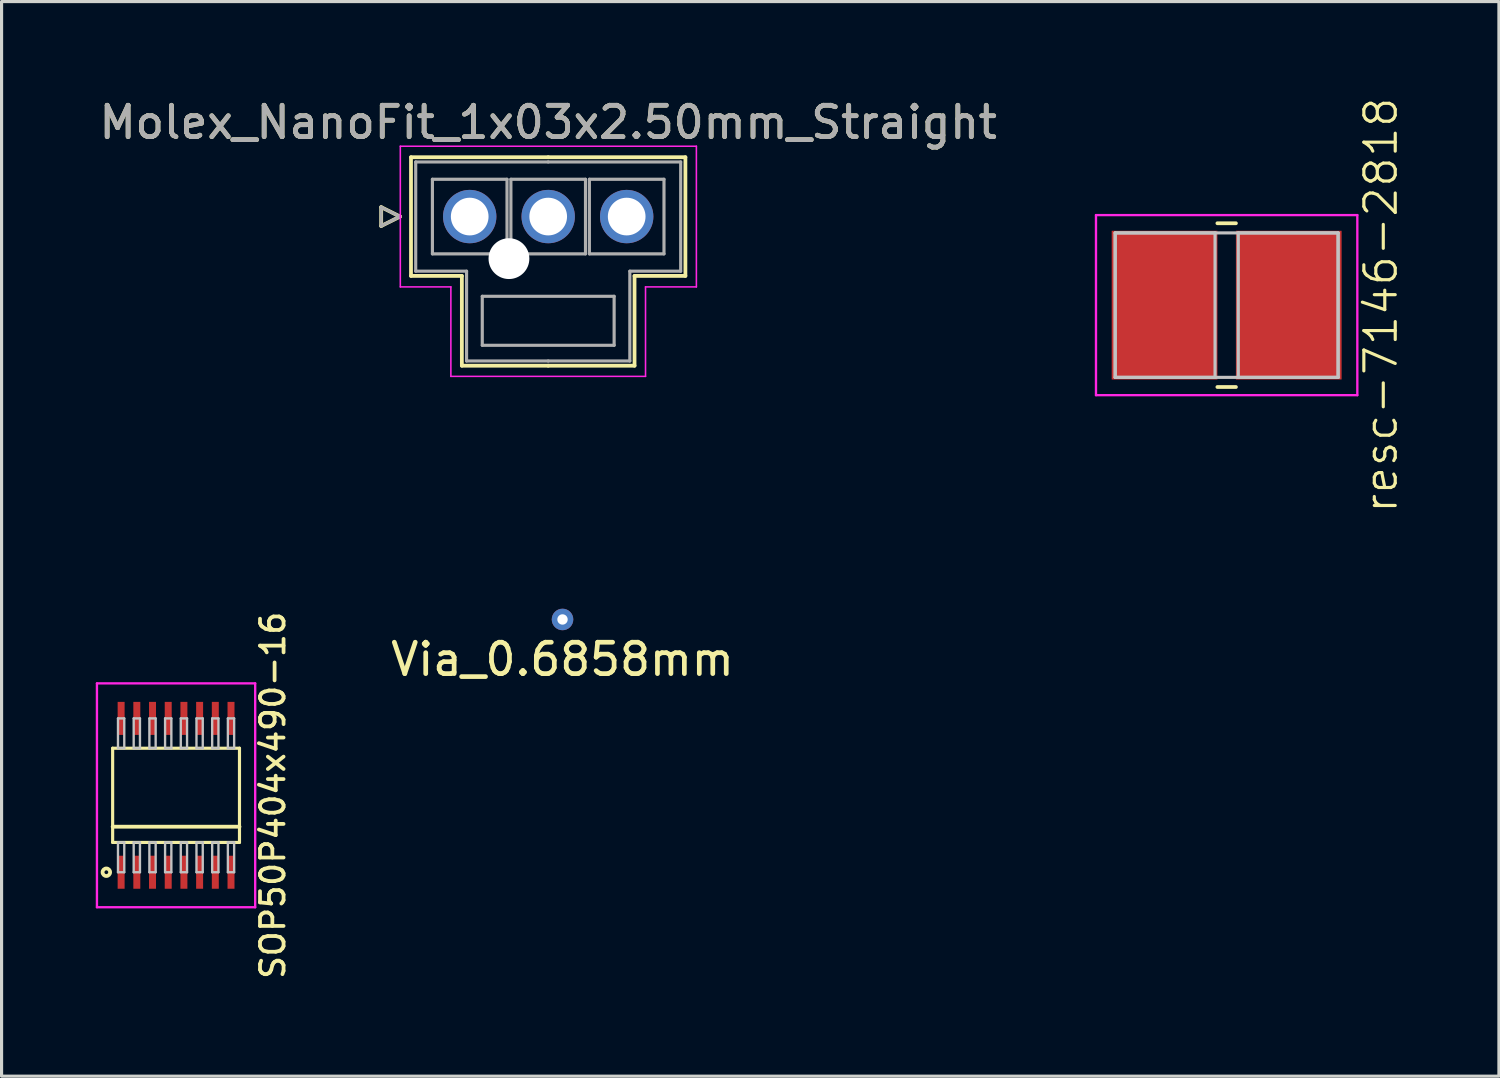
<source format=kicad_pcb>
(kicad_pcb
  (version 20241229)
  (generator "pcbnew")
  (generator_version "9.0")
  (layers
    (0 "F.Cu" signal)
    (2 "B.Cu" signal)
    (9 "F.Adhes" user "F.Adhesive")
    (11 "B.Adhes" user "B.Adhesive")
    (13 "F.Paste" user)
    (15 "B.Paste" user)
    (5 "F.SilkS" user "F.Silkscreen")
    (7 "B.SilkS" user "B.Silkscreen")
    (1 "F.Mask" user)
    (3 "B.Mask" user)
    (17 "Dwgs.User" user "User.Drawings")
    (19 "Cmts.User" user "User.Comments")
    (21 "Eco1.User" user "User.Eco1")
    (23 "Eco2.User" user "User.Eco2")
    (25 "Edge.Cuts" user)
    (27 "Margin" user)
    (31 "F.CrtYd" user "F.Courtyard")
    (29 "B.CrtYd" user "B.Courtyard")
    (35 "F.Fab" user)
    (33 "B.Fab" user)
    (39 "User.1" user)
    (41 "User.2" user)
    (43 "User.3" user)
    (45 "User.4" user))
  (footprint "Molex_NanoFit_1x03x2.50mm_Straight"
    (layer "F.Cu")
    (at 11.911 3.848)
    (property "Reference" "Molex_NanoFit_1x03x2.50mm_Straight" (at 2.5 -3 0) (layer "F.SilkS") (effects (font (size 1 1) (thickness 0.15))))
    (attr through_hole)
    (fp_line (start -2.82 -0.3) (end -2.22 0) (stroke (width 0.12) (type solid)) (layer "F.SilkS"))
    (fp_line (start -2.82 0.3) (end -2.82 -0.3) (stroke (width 0.12) (type solid)) (layer "F.SilkS"))
    (fp_line (start -2.22 0) (end -2.82 0.3) (stroke (width 0.12) (type solid)) (layer "F.SilkS"))
    (fp_line (start -1.87 -1.89) (end -1.87 1.89) (stroke (width 0.12) (type solid)) (layer "F.SilkS"))
    (fp_line (start -1.87 1.89) (end -0.25 1.89) (stroke (width 0.12) (type solid)) (layer "F.SilkS"))
    (fp_line (start -0.25 1.89) (end -0.25 4.75) (stroke (width 0.12) (type solid)) (layer "F.SilkS"))
    (fp_line (start -0.25 4.75) (end 2.5 4.75) (stroke (width 0.12) (type solid)) (layer "F.SilkS"))
    (fp_line (start 2.5 -1.89) (end -1.87 -1.89) (stroke (width 0.12) (type solid)) (layer "F.SilkS"))
    (fp_line (start 2.5 -1.89) (end 6.87 -1.89) (stroke (width 0.12) (type solid)) (layer "F.SilkS"))
    (fp_line (start 5.25 1.89) (end 5.25 4.75) (stroke (width 0.12) (type solid)) (layer "F.SilkS"))
    (fp_line (start 5.25 4.75) (end 2.5 4.75) (stroke (width 0.12) (type solid)) (layer "F.SilkS"))
    (fp_line (start 6.87 -1.89) (end 6.87 1.89) (stroke (width 0.12) (type solid)) (layer "F.SilkS"))
    (fp_line (start 6.87 1.89) (end 5.25 1.89) (stroke (width 0.12) (type solid)) (layer "F.SilkS"))
    (fp_line (start -2.21 -2.24) (end -2.21 2.24) (stroke (width 0.05) (type solid)) (layer "F.CrtYd"))
    (fp_line (start -2.21 2.24) (end -0.6 2.24) (stroke (width 0.05) (type solid)) (layer "F.CrtYd"))
    (fp_line (start -0.6 2.24) (end -0.6 5.09) (stroke (width 0.05) (type solid)) (layer "F.CrtYd"))
    (fp_line (start -0.6 5.09) (end 5.6 5.09) (stroke (width 0.05) (type solid)) (layer "F.CrtYd"))
    (fp_line (start 5.6 2.24) (end 7.22 2.24) (stroke (width 0.05) (type solid)) (layer "F.CrtYd"))
    (fp_line (start 5.6 5.09) (end 5.6 2.24) (stroke (width 0.05) (type solid)) (layer "F.CrtYd"))
    (fp_line (start 7.22 -2.24) (end -2.21 -2.24) (stroke (width 0.05) (type solid)) (layer "F.CrtYd"))
    (fp_line (start 7.22 2.24) (end 7.22 -2.24) (stroke (width 0.05) (type solid)) (layer "F.CrtYd"))
    (fp_line (start -2.82 -0.3) (end -2.22 0) (stroke (width 0.1) (type solid)) (layer "F.Fab"))
    (fp_line (start -2.82 0.3) (end -2.82 -0.3) (stroke (width 0.1) (type solid)) (layer "F.Fab"))
    (fp_line (start -2.22 0) (end -2.82 0.3) (stroke (width 0.1) (type solid)) (layer "F.Fab"))
    (fp_line (start -1.72 -1.74) (end -1.72 1.74) (stroke (width 0.1) (type solid)) (layer "F.Fab"))
    (fp_line (start -1.72 1.74) (end -0.1 1.74) (stroke (width 0.1) (type solid)) (layer "F.Fab"))
    (fp_line (start -1.188 -1.188) (end -1.188 1.188) (stroke (width 0.1) (type solid)) (layer "F.Fab"))
    (fp_line (start -1.188 1.188) (end 1.188 1.188) (stroke (width 0.1) (type solid)) (layer "F.Fab"))
    (fp_line (start -0.1 1.74) (end -0.1 4.6) (stroke (width 0.1) (type solid)) (layer "F.Fab"))
    (fp_line (start -0.1 4.6) (end 2.5 4.6) (stroke (width 0.1) (type solid)) (layer "F.Fab"))
    (fp_line (start 0.4 2.54) (end 0.4 4.1) (stroke (width 0.1) (type solid)) (layer "F.Fab"))
    (fp_line (start 0.4 4.1) (end 4.6 4.1) (stroke (width 0.1) (type solid)) (layer "F.Fab"))
    (fp_line (start 1.188 -1.188) (end -1.188 -1.188) (stroke (width 0.1) (type solid)) (layer "F.Fab"))
    (fp_line (start 1.188 1.188) (end 1.188 -1.188) (stroke (width 0.1) (type solid)) (layer "F.Fab"))
    (fp_line (start 1.312 -1.188) (end 1.312 1.188) (stroke (width 0.1) (type solid)) (layer "F.Fab"))
    (fp_line (start 1.312 1.188) (end 3.688 1.188) (stroke (width 0.1) (type solid)) (layer "F.Fab"))
    (fp_line (start 2.5 -1.74) (end -1.72 -1.74) (stroke (width 0.1) (type solid)) (layer "F.Fab"))
    (fp_line (start 2.5 -1.74) (end 6.72 -1.74) (stroke (width 0.1) (type solid)) (layer "F.Fab"))
    (fp_line (start 3.688 -1.188) (end 1.312 -1.188) (stroke (width 0.1) (type solid)) (layer "F.Fab"))
    (fp_line (start 3.688 1.188) (end 3.688 -1.188) (stroke (width 0.1) (type solid)) (layer "F.Fab"))
    (fp_line (start 3.812 -1.188) (end 3.812 1.188) (stroke (width 0.1) (type solid)) (layer "F.Fab"))
    (fp_line (start 3.812 1.188) (end 6.188 1.188) (stroke (width 0.1) (type solid)) (layer "F.Fab"))
    (fp_line (start 4.6 2.54) (end 0.4 2.54) (stroke (width 0.1) (type solid)) (layer "F.Fab"))
    (fp_line (start 4.6 4.1) (end 4.6 2.54) (stroke (width 0.1) (type solid)) (layer "F.Fab"))
    (fp_line (start 5.1 1.74) (end 5.1 4.6) (stroke (width 0.1) (type solid)) (layer "F.Fab"))
    (fp_line (start 5.1 4.6) (end 2.5 4.6) (stroke (width 0.1) (type solid)) (layer "F.Fab"))
    (fp_line (start 6.188 -1.188) (end 3.812 -1.188) (stroke (width 0.1) (type solid)) (layer "F.Fab"))
    (fp_line (start 6.188 1.188) (end 6.188 -1.188) (stroke (width 0.1) (type solid)) (layer "F.Fab"))
    (fp_line (start 6.72 -1.74) (end 6.72 1.74) (stroke (width 0.1) (type solid)) (layer "F.Fab"))
    (fp_line (start 6.72 1.74) (end 5.1 1.74) (stroke (width 0.1) (type solid)) (layer "F.Fab"))
    (fp_text user "${REFERENCE}" (at 2.5 -3 0) (layer "F.Fab") (effects (font (size 1 1) (thickness 0.15))))
    (pad "" np_thru_hole circle (at 1.25 1.34) (size 1.3 1.3) (drill 1.3) (layers "*.Cu" "*.Mask"))
    (pad "1" thru_hole circle (at 0 0) (size 1.7 1.7) (drill 1.2) (layers "*.Cu" "*.Mask"))
    (pad "2" thru_hole circle (at 2.5 0) (size 1.7 1.7) (drill 1.2) (layers "*.Cu" "*.Mask"))
    (pad "3" thru_hole circle (at 5 0) (size 1.7 1.7) (drill 1.2) (layers "*.Cu" "*.Mask")))
  (footprint "SOP50P404x490-16"
    (layer "F.Cu")
    (at 2.558 22.282)
    (property "Reference" "SOP50P404x490-16" (at 3.083 0 90) (layer "F.SilkS") (effects (font (size 0.75 0.75) (thickness 0.12))))
    (attr through_hole)
    (fp_line (start -2.02 -1.5) (end -2.02 1.5) (stroke (width 0.1) (type solid)) (layer "F.SilkS"))
    (fp_line (start -2.02 1) (end 2.02 1) (stroke (width 0.12) (type solid)) (layer "F.SilkS"))
    (fp_line (start -2.02 1.5) (end 2.02 1.5) (stroke (width 0.1) (type solid)) (layer "F.SilkS"))
    (fp_line (start 2.02 -1.5) (end -2.02 -1.5) (stroke (width 0.1) (type solid)) (layer "F.SilkS"))
    (fp_line (start 2.02 1.5) (end 2.02 -1.5) (stroke (width 0.1) (type solid)) (layer "F.SilkS"))
    (fp_circle (center -2.221 2.45) (end -2.101 2.45) (stroke (width 0.12) (type solid)) (fill no) (layer "F.SilkS"))
    (fp_line (start -1.85 -2.45) (end -1.85 -1.5) (stroke (width 0.075) (type solid)) (layer "Dwgs.User"))
    (fp_line (start -1.85 -1.5) (end -1.65 -1.5) (stroke (width 0.075) (type solid)) (layer "Dwgs.User"))
    (fp_line (start -1.85 1.5) (end -1.65 1.5) (stroke (width 0.075) (type solid)) (layer "Dwgs.User"))
    (fp_line (start -1.85 2.45) (end -1.85 1.5) (stroke (width 0.075) (type solid)) (layer "Dwgs.User"))
    (fp_line (start -1.65 -2.45) (end -1.85 -2.45) (stroke (width 0.075) (type solid)) (layer "Dwgs.User"))
    (fp_line (start -1.65 -1.5) (end -1.65 -2.45) (stroke (width 0.075) (type solid)) (layer "Dwgs.User"))
    (fp_line (start -1.65 1.5) (end -1.65 2.45) (stroke (width 0.075) (type solid)) (layer "Dwgs.User"))
    (fp_line (start -1.65 2.45) (end -1.85 2.45) (stroke (width 0.075) (type solid)) (layer "Dwgs.User"))
    (fp_line (start -1.35 -2.45) (end -1.35 -1.5) (stroke (width 0.075) (type solid)) (layer "Dwgs.User"))
    (fp_line (start -1.35 -1.5) (end -1.15 -1.5) (stroke (width 0.075) (type solid)) (layer "Dwgs.User"))
    (fp_line (start -1.35 1.5) (end -1.15 1.5) (stroke (width 0.075) (type solid)) (layer "Dwgs.User"))
    (fp_line (start -1.35 2.45) (end -1.35 1.5) (stroke (width 0.075) (type solid)) (layer "Dwgs.User"))
    (fp_line (start -1.15 -2.45) (end -1.35 -2.45) (stroke (width 0.075) (type solid)) (layer "Dwgs.User"))
    (fp_line (start -1.15 -1.5) (end -1.15 -2.45) (stroke (width 0.075) (type solid)) (layer "Dwgs.User"))
    (fp_line (start -1.15 1.5) (end -1.15 2.45) (stroke (width 0.075) (type solid)) (layer "Dwgs.User"))
    (fp_line (start -1.15 2.45) (end -1.35 2.45) (stroke (width 0.075) (type solid)) (layer "Dwgs.User"))
    (fp_line (start -0.85 -2.45) (end -0.85 -1.5) (stroke (width 0.075) (type solid)) (layer "Dwgs.User"))
    (fp_line (start -0.85 -1.5) (end -0.65 -1.5) (stroke (width 0.075) (type solid)) (layer "Dwgs.User"))
    (fp_line (start -0.85 1.5) (end -0.65 1.5) (stroke (width 0.075) (type solid)) (layer "Dwgs.User"))
    (fp_line (start -0.85 2.45) (end -0.85 1.5) (stroke (width 0.075) (type solid)) (layer "Dwgs.User"))
    (fp_line (start -0.65 -2.45) (end -0.85 -2.45) (stroke (width 0.075) (type solid)) (layer "Dwgs.User"))
    (fp_line (start -0.65 -1.5) (end -0.65 -2.45) (stroke (width 0.075) (type solid)) (layer "Dwgs.User"))
    (fp_line (start -0.65 1.5) (end -0.65 2.45) (stroke (width 0.075) (type solid)) (layer "Dwgs.User"))
    (fp_line (start -0.65 2.45) (end -0.85 2.45) (stroke (width 0.075) (type solid)) (layer "Dwgs.User"))
    (fp_line (start -0.35 -2.45) (end -0.35 -1.5) (stroke (width 0.075) (type solid)) (layer "Dwgs.User"))
    (fp_line (start -0.35 -1.5) (end -0.15 -1.5) (stroke (width 0.075) (type solid)) (layer "Dwgs.User"))
    (fp_line (start -0.35 1.5) (end -0.15 1.5) (stroke (width 0.075) (type solid)) (layer "Dwgs.User"))
    (fp_line (start -0.35 2.45) (end -0.35 1.5) (stroke (width 0.075) (type solid)) (layer "Dwgs.User"))
    (fp_line (start -0.15 -2.45) (end -0.35 -2.45) (stroke (width 0.075) (type solid)) (layer "Dwgs.User"))
    (fp_line (start -0.15 -1.5) (end -0.15 -2.45) (stroke (width 0.075) (type solid)) (layer "Dwgs.User"))
    (fp_line (start -0.15 1.5) (end -0.15 2.45) (stroke (width 0.075) (type solid)) (layer "Dwgs.User"))
    (fp_line (start -0.15 2.45) (end -0.35 2.45) (stroke (width 0.075) (type solid)) (layer "Dwgs.User"))
    (fp_line (start 0.15 -2.45) (end 0.15 -1.5) (stroke (width 0.075) (type solid)) (layer "Dwgs.User"))
    (fp_line (start 0.15 -1.5) (end 0.35 -1.5) (stroke (width 0.075) (type solid)) (layer "Dwgs.User"))
    (fp_line (start 0.15 1.5) (end 0.35 1.5) (stroke (width 0.075) (type solid)) (layer "Dwgs.User"))
    (fp_line (start 0.15 2.45) (end 0.15 1.5) (stroke (width 0.075) (type solid)) (layer "Dwgs.User"))
    (fp_line (start 0.35 -2.45) (end 0.15 -2.45) (stroke (width 0.075) (type solid)) (layer "Dwgs.User"))
    (fp_line (start 0.35 -1.5) (end 0.35 -2.45) (stroke (width 0.075) (type solid)) (layer "Dwgs.User"))
    (fp_line (start 0.35 1.5) (end 0.35 2.45) (stroke (width 0.075) (type solid)) (layer "Dwgs.User"))
    (fp_line (start 0.35 2.45) (end 0.15 2.45) (stroke (width 0.075) (type solid)) (layer "Dwgs.User"))
    (fp_line (start 0.65 -2.45) (end 0.65 -1.5) (stroke (width 0.075) (type solid)) (layer "Dwgs.User"))
    (fp_line (start 0.65 -1.5) (end 0.85 -1.5) (stroke (width 0.075) (type solid)) (layer "Dwgs.User"))
    (fp_line (start 0.65 1.5) (end 0.85 1.5) (stroke (width 0.075) (type solid)) (layer "Dwgs.User"))
    (fp_line (start 0.65 2.45) (end 0.65 1.5) (stroke (width 0.075) (type solid)) (layer "Dwgs.User"))
    (fp_line (start 0.85 -2.45) (end 0.65 -2.45) (stroke (width 0.075) (type solid)) (layer "Dwgs.User"))
    (fp_line (start 0.85 -1.5) (end 0.85 -2.45) (stroke (width 0.075) (type solid)) (layer "Dwgs.User"))
    (fp_line (start 0.85 1.5) (end 0.85 2.45) (stroke (width 0.075) (type solid)) (layer "Dwgs.User"))
    (fp_line (start 0.85 2.45) (end 0.65 2.45) (stroke (width 0.075) (type solid)) (layer "Dwgs.User"))
    (fp_line (start 1.15 -2.45) (end 1.15 -1.5) (stroke (width 0.075) (type solid)) (layer "Dwgs.User"))
    (fp_line (start 1.15 -1.5) (end 1.35 -1.5) (stroke (width 0.075) (type solid)) (layer "Dwgs.User"))
    (fp_line (start 1.15 1.5) (end 1.35 1.5) (stroke (width 0.075) (type solid)) (layer "Dwgs.User"))
    (fp_line (start 1.15 2.45) (end 1.15 1.5) (stroke (width 0.075) (type solid)) (layer "Dwgs.User"))
    (fp_line (start 1.35 -2.45) (end 1.15 -2.45) (stroke (width 0.075) (type solid)) (layer "Dwgs.User"))
    (fp_line (start 1.35 -1.5) (end 1.35 -2.45) (stroke (width 0.075) (type solid)) (layer "Dwgs.User"))
    (fp_line (start 1.35 1.5) (end 1.35 2.45) (stroke (width 0.075) (type solid)) (layer "Dwgs.User"))
    (fp_line (start 1.35 2.45) (end 1.15 2.45) (stroke (width 0.075) (type solid)) (layer "Dwgs.User"))
    (fp_line (start 1.65 -2.45) (end 1.65 -1.5) (stroke (width 0.075) (type solid)) (layer "Dwgs.User"))
    (fp_line (start 1.65 -1.5) (end 1.85 -1.5) (stroke (width 0.075) (type solid)) (layer "Dwgs.User"))
    (fp_line (start 1.65 1.5) (end 1.85 1.5) (stroke (width 0.075) (type solid)) (layer "Dwgs.User"))
    (fp_line (start 1.65 2.45) (end 1.65 1.5) (stroke (width 0.075) (type solid)) (layer "Dwgs.User"))
    (fp_line (start 1.85 -2.45) (end 1.65 -2.45) (stroke (width 0.075) (type solid)) (layer "Dwgs.User"))
    (fp_line (start 1.85 -1.5) (end 1.85 -2.45) (stroke (width 0.075) (type solid)) (layer "Dwgs.User"))
    (fp_line (start 1.85 1.5) (end 1.85 2.45) (stroke (width 0.075) (type solid)) (layer "Dwgs.User"))
    (fp_line (start 1.85 2.45) (end 1.65 2.45) (stroke (width 0.075) (type solid)) (layer "Dwgs.User"))
    (fp_line (start -2.52 -3.565) (end -2.52 3.565) (stroke (width 0.075) (type solid)) (layer "F.CrtYd"))
    (fp_line (start -2.52 3.565) (end 2.52 3.565) (stroke (width 0.075) (type solid)) (layer "F.CrtYd"))
    (fp_line (start 2.52 -3.565) (end -2.52 -3.565) (stroke (width 0.075) (type solid)) (layer "F.CrtYd"))
    (fp_line (start 2.52 3.565) (end 2.52 -3.565) (stroke (width 0.075) (type solid)) (layer "F.CrtYd"))
    (pad "1" smd rect (at -1.75 2.45) (size 0.222 1.052) (layers "F.Cu" "F.Mask" "F.Paste"))
    (pad "2" smd rect (at -1.25 2.45) (size 0.222 1.052) (layers "F.Cu" "F.Mask" "F.Paste"))
    (pad "3" smd rect (at -0.75 2.45) (size 0.222 1.052) (layers "F.Cu" "F.Mask" "F.Paste"))
    (pad "4" smd rect (at -0.25 2.45) (size 0.222 1.052) (layers "F.Cu" "F.Mask" "F.Paste"))
    (pad "5" smd rect (at 0.25 2.45) (size 0.222 1.052) (layers "F.Cu" "F.Mask" "F.Paste"))
    (pad "6" smd rect (at 0.75 2.45) (size 0.222 1.052) (layers "F.Cu" "F.Mask" "F.Paste"))
    (pad "7" smd rect (at 1.25 2.45) (size 0.222 1.052) (layers "F.Cu" "F.Mask" "F.Paste"))
    (pad "8" smd rect (at 1.75 2.45) (size 0.222 1.052) (layers "F.Cu" "F.Mask" "F.Paste"))
    (pad "9" smd rect (at 1.75 -2.45) (size 0.222 1.052) (layers "F.Cu" "F.Mask" "F.Paste"))
    (pad "10" smd rect (at 1.25 -2.45) (size 0.222 1.052) (layers "F.Cu" "F.Mask" "F.Paste"))
    (pad "11" smd rect (at 0.75 -2.45) (size 0.222 1.052) (layers "F.Cu" "F.Mask" "F.Paste"))
    (pad "12" smd rect (at 0.25 -2.45) (size 0.222 1.052) (layers "F.Cu" "F.Mask" "F.Paste"))
    (pad "13" smd rect (at -0.25 -2.45) (size 0.222 1.052) (layers "F.Cu" "F.Mask" "F.Paste"))
    (pad "14" smd rect (at -0.75 -2.45) (size 0.222 1.052) (layers "F.Cu" "F.Mask" "F.Paste"))
    (pad "15" smd rect (at -1.25 -2.45) (size 0.222 1.052) (layers "F.Cu" "F.Mask" "F.Paste"))
    (pad "16" smd rect (at -1.75 -2.45) (size 0.222 1.052) (layers "F.Cu" "F.Mask" "F.Paste")))
  (footprint "resc-7146-2818"
    (layer "F.Cu")
    (at 36.021 6.669)
    (property "Reference" "resc-7146-2818" (at 4.912 0 90) (layer "F.SilkS") (effects (font (size 1 1) (thickness 0.1))))
    (attr through_hole)
    (fp_line (start -0.295 -2.608) (end 0.295 -2.608) (stroke (width 0.12) (type solid)) (layer "F.SilkS"))
    (fp_line (start -0.295 2.608) (end 0.295 2.608) (stroke (width 0.12) (type solid)) (layer "F.SilkS"))
    (fp_line (start -3.55 -2.3) (end -3.55 2.3) (stroke (width 0.1) (type solid)) (layer "Dwgs.User"))
    (fp_line (start -3.55 -2.3) (end -3.55 2.3) (stroke (width 0.1) (type solid)) (layer "Dwgs.User"))
    (fp_line (start -3.55 2.3) (end -0.37 2.3) (stroke (width 0.1) (type solid)) (layer "Dwgs.User"))
    (fp_line (start -3.55 2.3) (end 3.55 2.3) (stroke (width 0.1) (type solid)) (layer "Dwgs.User"))
    (fp_line (start -0.37 -2.3) (end -3.55 -2.3) (stroke (width 0.1) (type solid)) (layer "Dwgs.User"))
    (fp_line (start -0.37 2.3) (end -0.37 -2.3) (stroke (width 0.1) (type solid)) (layer "Dwgs.User"))
    (fp_line (start 0.37 -2.3) (end 0.37 2.3) (stroke (width 0.1) (type solid)) (layer "Dwgs.User"))
    (fp_line (start 0.37 2.3) (end 3.55 2.3) (stroke (width 0.1) (type solid)) (layer "Dwgs.User"))
    (fp_line (start 3.55 -2.3) (end -3.55 -2.3) (stroke (width 0.1) (type solid)) (layer "Dwgs.User"))
    (fp_line (start 3.55 -2.3) (end 0.37 -2.3) (stroke (width 0.1) (type solid)) (layer "Dwgs.User"))
    (fp_line (start 3.55 2.3) (end 3.55 -2.3) (stroke (width 0.1) (type solid)) (layer "Dwgs.User"))
    (fp_line (start 3.55 2.3) (end 3.55 -2.3) (stroke (width 0.1) (type solid)) (layer "Dwgs.User"))
    (fp_line (start -4.162 -2.868) (end -4.162 2.868) (stroke (width 0.075) (type solid)) (layer "F.CrtYd"))
    (fp_line (start -4.162 2.868) (end 4.162 2.868) (stroke (width 0.075) (type solid)) (layer "F.CrtYd"))
    (fp_line (start 4.162 -2.868) (end -4.162 -2.868) (stroke (width 0.075) (type solid)) (layer "F.CrtYd"))
    (fp_line (start 4.162 2.868) (end 4.162 -2.868) (stroke (width 0.075) (type solid)) (layer "F.CrtYd"))
    (pad "1" smd rect (at -1.978 0) (size 3.367 4.737) (layers "F.Cu" "F.Mask" "F.Paste"))
    (pad "2" smd rect (at 1.978 0) (size 3.367 4.737) (layers "F.Cu" "F.Mask" "F.Paste")))
  (footprint "Via_0.6858mm"
    (layer "F.Cu")
    (at 14.867 16.681)
    (property "Reference" "Via_0.6858mm" (at 0 1.27 0) (layer "F.SilkS") (effects (font (size 1 1) (thickness 0.15))))
    (attr through_hole)
    (pad "" thru_hole circle (at 0 0) (size 0.686 0.686) (drill 0.33) (layers "*.Cu" "*.Mask")))
  (gr_rect
    (start -3 -3)
    (end 44.693 31.227)
    (stroke (width 0.1) (type default))
    (fill no)
    (layer "Edge.Cuts")))
</source>
